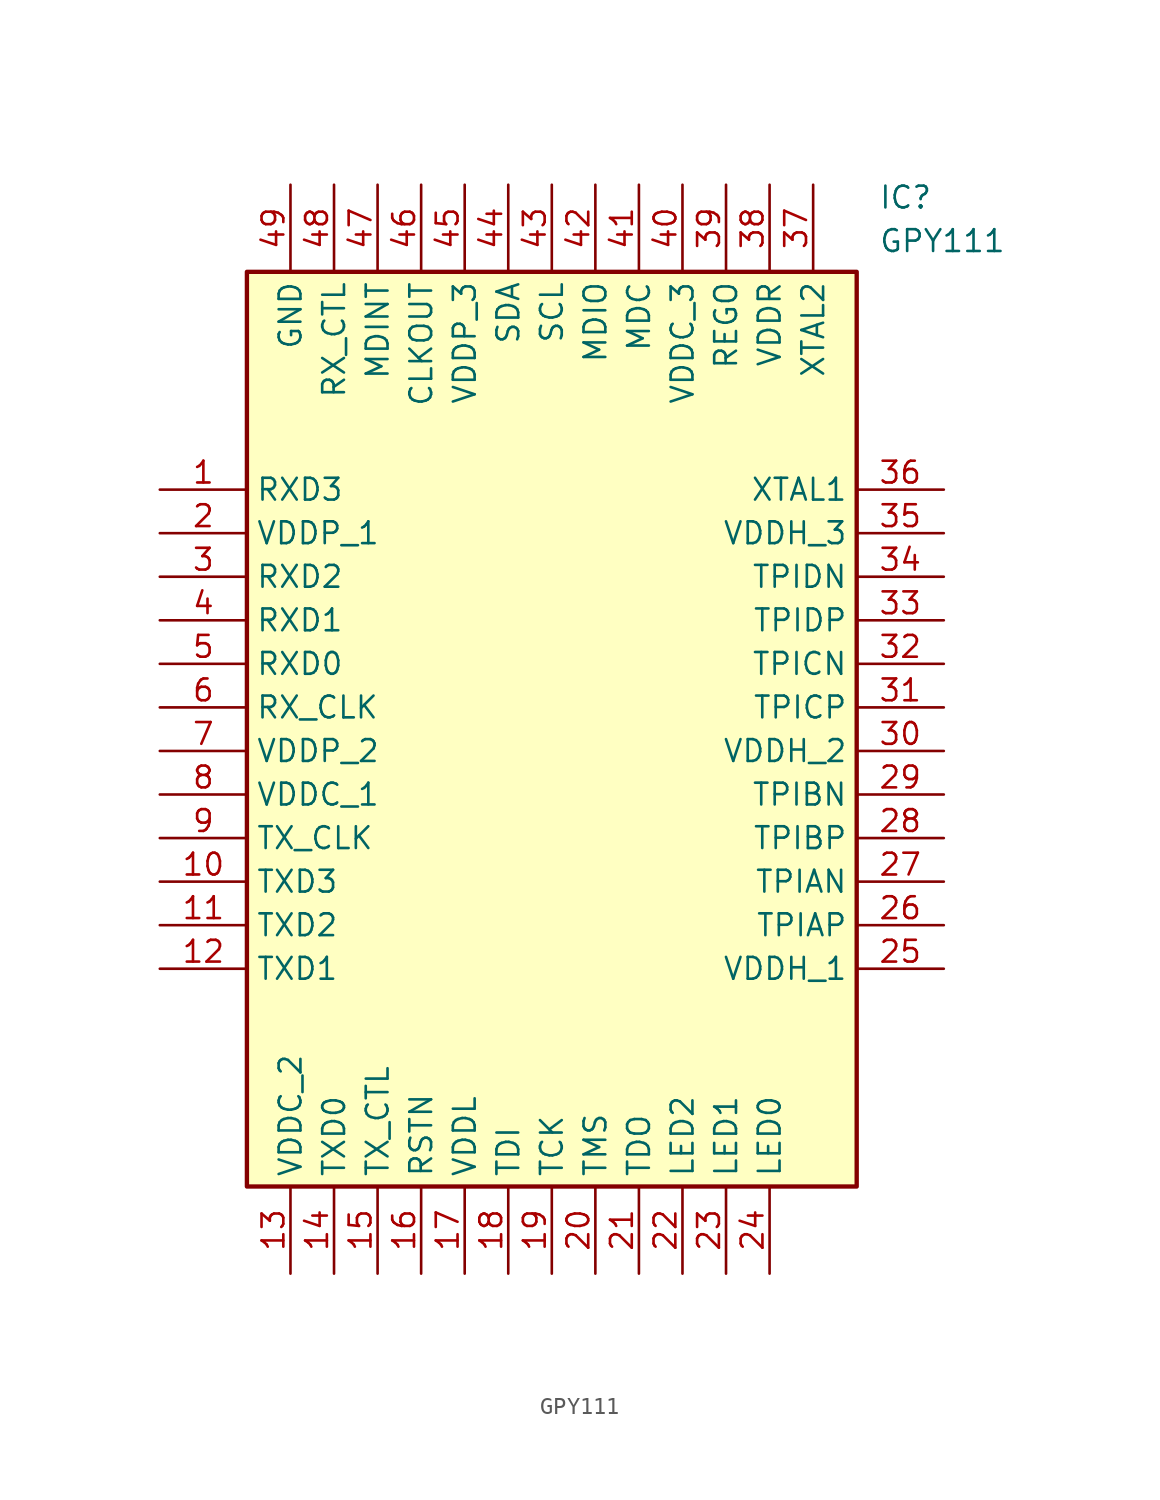
<source format=kicad_sym>
(kicad_symbol_lib
  (version 20211014)
  (generator SamacSys_ECAD_Model)
  (symbol "GPY111"
    (property "Reference" "IC"
      (at 41.91 17.78 0)
      (effects (font (size 1.27 1.27)) (justify left top)))
    (property "Value" "GPY111"
      (at 41.91 15.24 0)
      (effects (font (size 1.27 1.27)) (justify left top)))
    (rectangle
      (start 5.08 12.7)
      (end 40.64 -40.64)
      (stroke (width 0.254) (type default))
      (fill (type background)))
    (pin passive line
      (at 0 0 0)
      (length 5.08)
      (name "RXD3" (effects (font (size 1.27 1.27))))
      (number "1" (effects (font (size 1.27 1.27)))))
    (pin passive line
      (at 0 -2.54 0)
      (length 5.08)
      (name "VDDP_1" (effects (font (size 1.27 1.27))))
      (number "2" (effects (font (size 1.27 1.27)))))
    (pin passive line
      (at 0 -5.08 0)
      (length 5.08)
      (name "RXD2" (effects (font (size 1.27 1.27))))
      (number "3" (effects (font (size 1.27 1.27)))))
    (pin passive line
      (at 0 -7.62 0)
      (length 5.08)
      (name "RXD1" (effects (font (size 1.27 1.27))))
      (number "4" (effects (font (size 1.27 1.27)))))
    (pin passive line
      (at 0 -10.16 0)
      (length 5.08)
      (name "RXD0" (effects (font (size 1.27 1.27))))
      (number "5" (effects (font (size 1.27 1.27)))))
    (pin passive line
      (at 0 -12.7 0)
      (length 5.08)
      (name "RX_CLK" (effects (font (size 1.27 1.27))))
      (number "6" (effects (font (size 1.27 1.27)))))
    (pin passive line
      (at 0 -15.24 0)
      (length 5.08)
      (name "VDDP_2" (effects (font (size 1.27 1.27))))
      (number "7" (effects (font (size 1.27 1.27)))))
    (pin passive line
      (at 0 -17.78 0)
      (length 5.08)
      (name "VDDC_1" (effects (font (size 1.27 1.27))))
      (number "8" (effects (font (size 1.27 1.27)))))
    (pin passive line
      (at 0 -20.32 0)
      (length 5.08)
      (name "TX_CLK" (effects (font (size 1.27 1.27))))
      (number "9" (effects (font (size 1.27 1.27)))))
    (pin passive line
      (at 0 -22.86 0)
      (length 5.08)
      (name "TXD3" (effects (font (size 1.27 1.27))))
      (number "10" (effects (font (size 1.27 1.27)))))
    (pin passive line
      (at 0 -25.4 0)
      (length 5.08)
      (name "TXD2" (effects (font (size 1.27 1.27))))
      (number "11" (effects (font (size 1.27 1.27)))))
    (pin passive line
      (at 0 -27.94 0)
      (length 5.08)
      (name "TXD1" (effects (font (size 1.27 1.27))))
      (number "12" (effects (font (size 1.27 1.27)))))
    (pin passive line
      (at 7.62 -45.72 90)
      (length 5.08)
      (name "VDDC_2" (effects (font (size 1.27 1.27))))
      (number "13" (effects (font (size 1.27 1.27)))))
    (pin passive line
      (at 10.16 -45.72 90)
      (length 5.08)
      (name "TXD0" (effects (font (size 1.27 1.27))))
      (number "14" (effects (font (size 1.27 1.27)))))
    (pin passive line
      (at 12.7 -45.72 90)
      (length 5.08)
      (name "TX_CTL" (effects (font (size 1.27 1.27))))
      (number "15" (effects (font (size 1.27 1.27)))))
    (pin passive line
      (at 15.24 -45.72 90)
      (length 5.08)
      (name "RSTN" (effects (font (size 1.27 1.27))))
      (number "16" (effects (font (size 1.27 1.27)))))
    (pin passive line
      (at 17.78 -45.72 90)
      (length 5.08)
      (name "VDDL" (effects (font (size 1.27 1.27))))
      (number "17" (effects (font (size 1.27 1.27)))))
    (pin passive line
      (at 20.32 -45.72 90)
      (length 5.08)
      (name "TDI" (effects (font (size 1.27 1.27))))
      (number "18" (effects (font (size 1.27 1.27)))))
    (pin passive line
      (at 22.86 -45.72 90)
      (length 5.08)
      (name "TCK" (effects (font (size 1.27 1.27))))
      (number "19" (effects (font (size 1.27 1.27)))))
    (pin passive line
      (at 25.4 -45.72 90)
      (length 5.08)
      (name "TMS" (effects (font (size 1.27 1.27))))
      (number "20" (effects (font (size 1.27 1.27)))))
    (pin passive line
      (at 27.94 -45.72 90)
      (length 5.08)
      (name "TDO" (effects (font (size 1.27 1.27))))
      (number "21" (effects (font (size 1.27 1.27)))))
    (pin passive line
      (at 30.48 -45.72 90)
      (length 5.08)
      (name "LED2" (effects (font (size 1.27 1.27))))
      (number "22" (effects (font (size 1.27 1.27)))))
    (pin passive line
      (at 33.02 -45.72 90)
      (length 5.08)
      (name "LED1" (effects (font (size 1.27 1.27))))
      (number "23" (effects (font (size 1.27 1.27)))))
    (pin passive line
      (at 35.56 -45.72 90)
      (length 5.08)
      (name "LED0" (effects (font (size 1.27 1.27))))
      (number "24" (effects (font (size 1.27 1.27)))))
    (pin passive line
      (at 45.72 0 180)
      (length 5.08)
      (name "XTAL1" (effects (font (size 1.27 1.27))))
      (number "36" (effects (font (size 1.27 1.27)))))
    (pin passive line
      (at 45.72 -2.54 180)
      (length 5.08)
      (name "VDDH_3" (effects (font (size 1.27 1.27))))
      (number "35" (effects (font (size 1.27 1.27)))))
    (pin passive line
      (at 45.72 -5.08 180)
      (length 5.08)
      (name "TPIDN" (effects (font (size 1.27 1.27))))
      (number "34" (effects (font (size 1.27 1.27)))))
    (pin passive line
      (at 45.72 -7.62 180)
      (length 5.08)
      (name "TPIDP" (effects (font (size 1.27 1.27))))
      (number "33" (effects (font (size 1.27 1.27)))))
    (pin passive line
      (at 45.72 -10.16 180)
      (length 5.08)
      (name "TPICN" (effects (font (size 1.27 1.27))))
      (number "32" (effects (font (size 1.27 1.27)))))
    (pin passive line
      (at 45.72 -12.7 180)
      (length 5.08)
      (name "TPICP" (effects (font (size 1.27 1.27))))
      (number "31" (effects (font (size 1.27 1.27)))))
    (pin passive line
      (at 45.72 -15.24 180)
      (length 5.08)
      (name "VDDH_2" (effects (font (size 1.27 1.27))))
      (number "30" (effects (font (size 1.27 1.27)))))
    (pin passive line
      (at 45.72 -17.78 180)
      (length 5.08)
      (name "TPIBN" (effects (font (size 1.27 1.27))))
      (number "29" (effects (font (size 1.27 1.27)))))
    (pin passive line
      (at 45.72 -20.32 180)
      (length 5.08)
      (name "TPIBP" (effects (font (size 1.27 1.27))))
      (number "28" (effects (font (size 1.27 1.27)))))
    (pin passive line
      (at 45.72 -22.86 180)
      (length 5.08)
      (name "TPIAN" (effects (font (size 1.27 1.27))))
      (number "27" (effects (font (size 1.27 1.27)))))
    (pin passive line
      (at 45.72 -25.4 180)
      (length 5.08)
      (name "TPIAP" (effects (font (size 1.27 1.27))))
      (number "26" (effects (font (size 1.27 1.27)))))
    (pin passive line
      (at 45.72 -27.94 180)
      (length 5.08)
      (name "VDDH_1" (effects (font (size 1.27 1.27))))
      (number "25" (effects (font (size 1.27 1.27)))))
    (pin passive line
      (at 7.62 17.78 270)
      (length 5.08)
      (name "GND" (effects (font (size 1.27 1.27))))
      (number "49" (effects (font (size 1.27 1.27)))))
    (pin passive line
      (at 10.16 17.78 270)
      (length 5.08)
      (name "RX_CTL" (effects (font (size 1.27 1.27))))
      (number "48" (effects (font (size 1.27 1.27)))))
    (pin passive line
      (at 12.7 17.78 270)
      (length 5.08)
      (name "MDINT" (effects (font (size 1.27 1.27))))
      (number "47" (effects (font (size 1.27 1.27)))))
    (pin passive line
      (at 15.24 17.78 270)
      (length 5.08)
      (name "CLKOUT" (effects (font (size 1.27 1.27))))
      (number "46" (effects (font (size 1.27 1.27)))))
    (pin passive line
      (at 17.78 17.78 270)
      (length 5.08)
      (name "VDDP_3" (effects (font (size 1.27 1.27))))
      (number "45" (effects (font (size 1.27 1.27)))))
    (pin passive line
      (at 20.32 17.78 270)
      (length 5.08)
      (name "SDA" (effects (font (size 1.27 1.27))))
      (number "44" (effects (font (size 1.27 1.27)))))
    (pin passive line
      (at 22.86 17.78 270)
      (length 5.08)
      (name "SCL" (effects (font (size 1.27 1.27))))
      (number "43" (effects (font (size 1.27 1.27)))))
    (pin passive line
      (at 25.4 17.78 270)
      (length 5.08)
      (name "MDIO" (effects (font (size 1.27 1.27))))
      (number "42" (effects (font (size 1.27 1.27)))))
    (pin passive line
      (at 27.94 17.78 270)
      (length 5.08)
      (name "MDC" (effects (font (size 1.27 1.27))))
      (number "41" (effects (font (size 1.27 1.27)))))
    (pin passive line
      (at 30.48 17.78 270)
      (length 5.08)
      (name "VDDC_3" (effects (font (size 1.27 1.27))))
      (number "40" (effects (font (size 1.27 1.27)))))
    (pin passive line
      (at 33.02 17.78 270)
      (length 5.08)
      (name "REGO" (effects (font (size 1.27 1.27))))
      (number "39" (effects (font (size 1.27 1.27)))))
    (pin passive line
      (at 35.56 17.78 270)
      (length 5.08)
      (name "VDDR" (effects (font (size 1.27 1.27))))
      (number "38" (effects (font (size 1.27 1.27)))))
    (pin passive line
      (at 38.1 17.78 270)
      (length 5.08)
      (name "XTAL2" (effects (font (size 1.27 1.27))))
      (number "37" (effects (font (size 1.27 1.27)))))))
</source>
